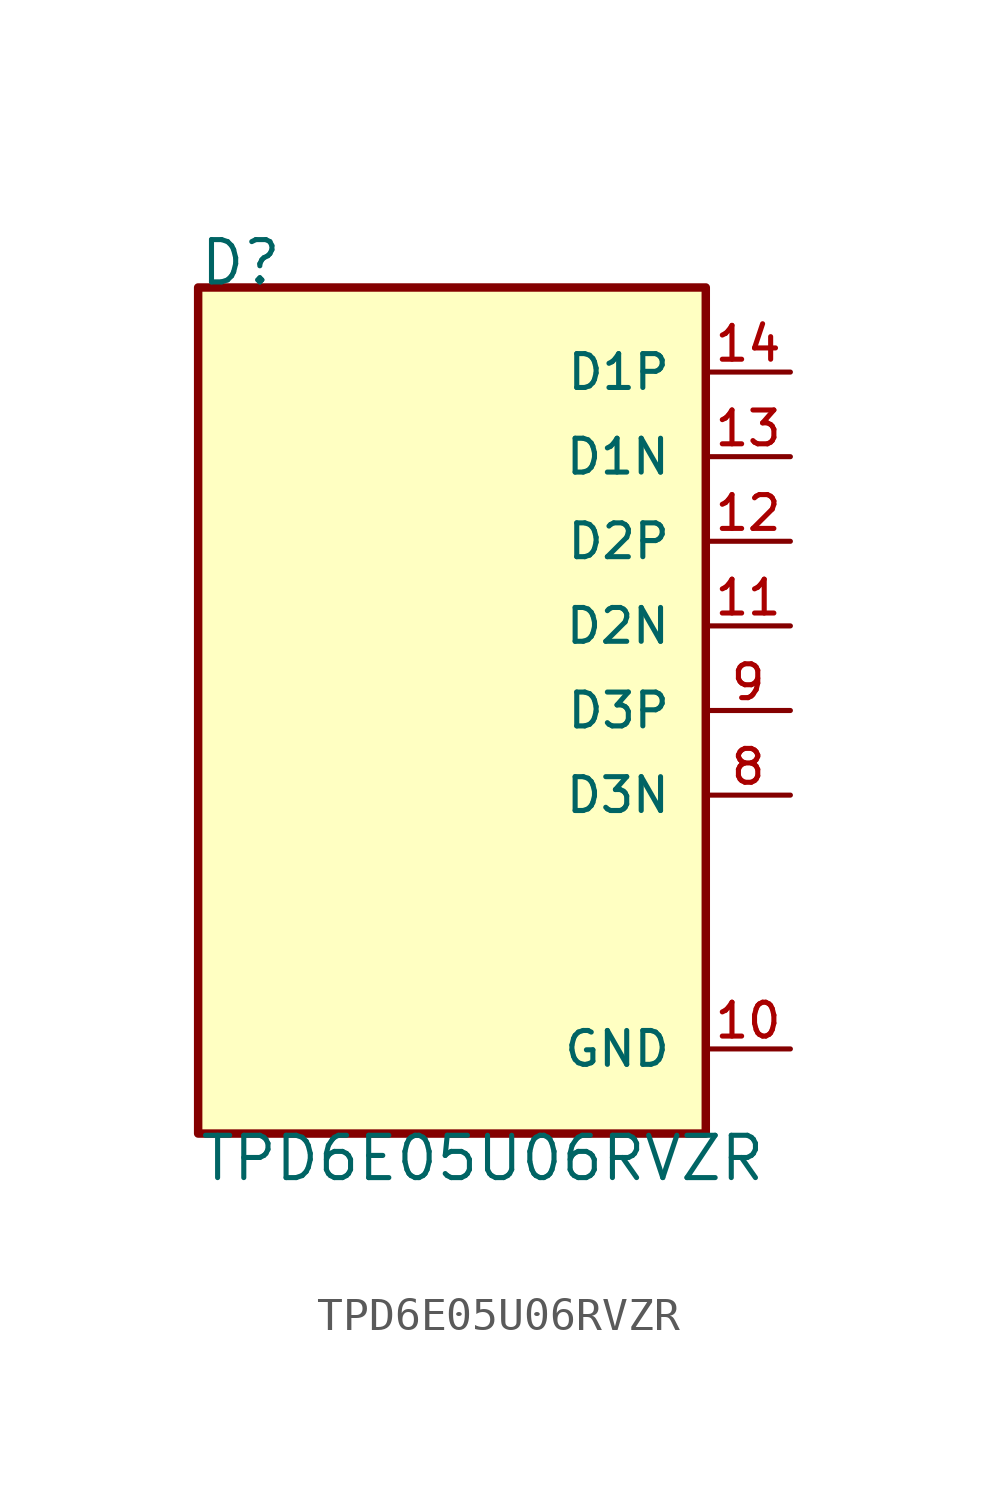
<source format=kicad_sym>
(kicad_symbol_lib
  (version 20211014)
  (generator kicad_symbol_editor)
  (symbol "TPD6E05U06RVZR"
    (pin_names
      (offset 1.016))
    (property "Reference" "D"
      (at -7.622 12.704 0)
      (effects (font (size 1.27 1.27)) (justify left bottom)))
    (property "Value" "TPD6E05U06RVZR"
      (at -7.62 -12.7 0)
      (effects (font (size 1.27 1.27)) (justify left top)))
    (symbol "TPD6E05U06RVZR_0_0"
      (rectangle (start -7.62 -12.7) (end 7.62 12.7) (stroke (width 0.254) (type default) (color 0 0 0 0)) (fill (type background)))
      (pin bidirectional line (at 10.16 10.16 180) (length 2.54) hide (name "D1P" (effects (font (size 1.016 1.016)))) (number "1" (effects (font (size 1.016 1.016)))))
      (pin power_in line (at 10.16 -10.16 180) (length 2.54) (name "GND" (effects (font (size 1.016 1.016)))) (number "10" (effects (font (size 1.016 1.016)))))
      (pin bidirectional line (at 10.16 2.54 180) (length 2.54) (name "D2N" (effects (font (size 1.016 1.016)))) (number "11" (effects (font (size 1.016 1.016)))))
      (pin bidirectional line (at 10.16 5.08 180) (length 2.54) (name "D2P" (effects (font (size 1.016 1.016)))) (number "12" (effects (font (size 1.016 1.016)))))
      (pin bidirectional line (at 10.16 7.62 180) (length 2.54) (name "D1N" (effects (font (size 1.016 1.016)))) (number "13" (effects (font (size 1.016 1.016)))))
      (pin bidirectional line (at 10.16 10.16 180) (length 2.54) (name "D1P" (effects (font (size 1.016 1.016)))) (number "14" (effects (font (size 1.016 1.016)))))
      (pin bidirectional line (at 10.16 7.62 180) (length 2.54) hide (name "D1N" (effects (font (size 1.016 1.016)))) (number "2" (effects (font (size 1.016 1.016)))))
      (pin bidirectional line (at 10.16 5.08 180) (length 2.54) hide (name "D2P" (effects (font (size 1.016 1.016)))) (number "3" (effects (font (size 1.016 1.016)))))
      (pin bidirectional line (at 10.16 2.54 180) (length 2.54) hide (name "D2N" (effects (font (size 1.016 1.016)))) (number "4" (effects (font (size 1.016 1.016)))))
      (pin power_in line (at 10.16 -10.16 180) (length 2.54) hide (name "GND" (effects (font (size 1.016 1.016)))) (number "5" (effects (font (size 1.016 1.016)))))
      (pin bidirectional line (at 10.16 0 180) (length 2.54) hide (name "D3P" (effects (font (size 1.016 1.016)))) (number "6" (effects (font (size 1.016 1.016)))))
      (pin bidirectional line (at 10.16 -2.54 180) (length 2.54) hide (name "D3N" (effects (font (size 1.016 1.016)))) (number "7" (effects (font (size 1.016 1.016)))))
      (pin bidirectional line (at 10.16 -2.54 180) (length 2.54) (name "D3N" (effects (font (size 1.016 1.016)))) (number "8" (effects (font (size 1.016 1.016)))))
      (pin bidirectional line (at 10.16 0 180) (length 2.54) (name "D3P" (effects (font (size 1.016 1.016)))) (number "9" (effects (font (size 1.016 1.016))))))))
</source>
